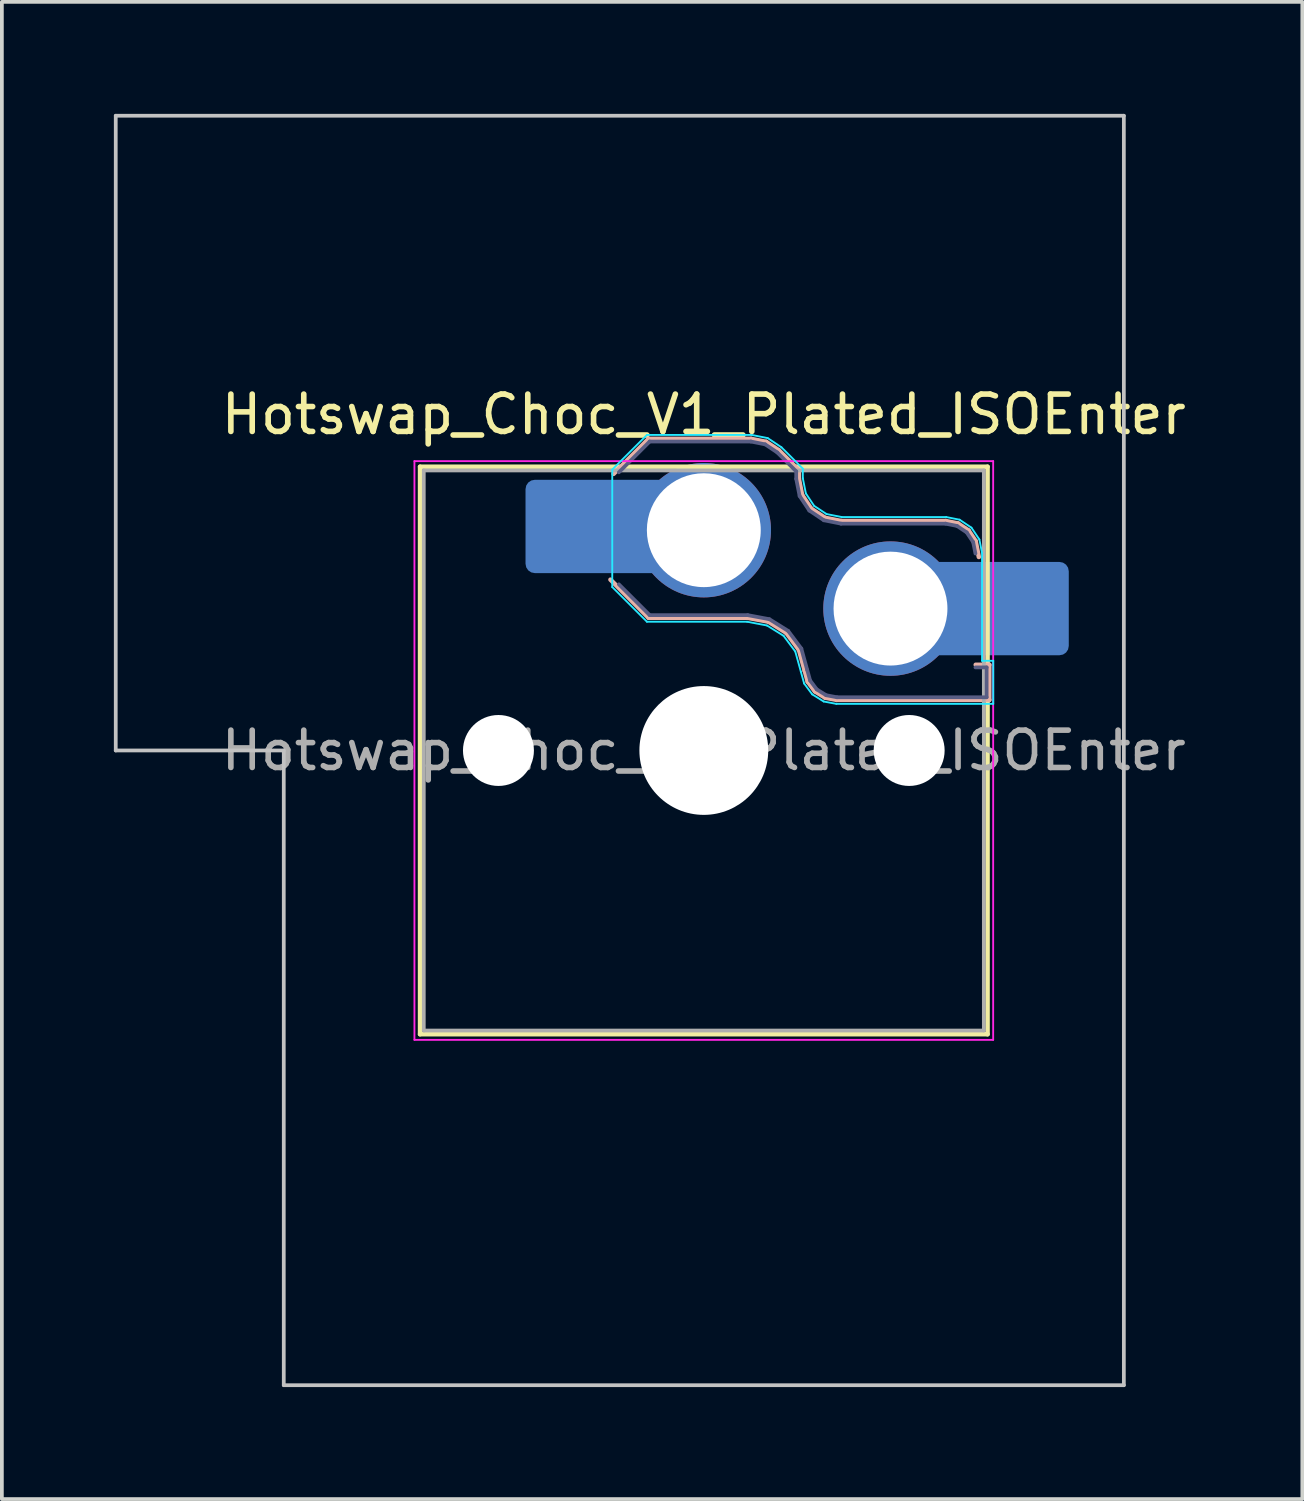
<source format=kicad_pcb>
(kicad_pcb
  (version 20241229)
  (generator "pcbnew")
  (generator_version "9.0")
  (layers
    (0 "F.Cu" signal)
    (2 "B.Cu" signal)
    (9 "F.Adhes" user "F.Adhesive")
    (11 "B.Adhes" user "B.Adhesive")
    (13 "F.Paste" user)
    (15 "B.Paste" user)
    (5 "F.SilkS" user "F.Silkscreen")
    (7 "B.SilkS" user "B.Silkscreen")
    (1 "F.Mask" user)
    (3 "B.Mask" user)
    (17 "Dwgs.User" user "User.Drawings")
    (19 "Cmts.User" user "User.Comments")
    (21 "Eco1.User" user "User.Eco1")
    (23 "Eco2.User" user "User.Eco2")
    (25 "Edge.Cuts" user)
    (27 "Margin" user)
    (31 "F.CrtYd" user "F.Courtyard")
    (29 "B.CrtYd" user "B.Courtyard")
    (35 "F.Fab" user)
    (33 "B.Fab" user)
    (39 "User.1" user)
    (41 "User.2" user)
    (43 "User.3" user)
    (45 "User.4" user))
  (footprint "Hotswap_Choc_V1_Plated_ISOEnter"
    (layer "F.Cu")
    (at 15.8 17.05)
    (property "Reference" "Hotswap_Choc_V1_Plated_ISOEnter" (at 0 -9 0) (layer "F.SilkS") (effects (font (size 1 1) (thickness 0.15))))
    (attr smd allow_soldermask_bridges)
    (fp_line (start -7.6 -7.6) (end -7.6 7.6) (stroke (width 0.12) (type solid)) (layer "F.SilkS"))
    (fp_line (start -7.6 7.6) (end 7.6 7.6) (stroke (width 0.12) (type solid)) (layer "F.SilkS"))
    (fp_line (start 7.6 -7.6) (end -7.6 -7.6) (stroke (width 0.12) (type solid)) (layer "F.SilkS"))
    (fp_line (start 7.6 7.6) (end 7.6 -7.6) (stroke (width 0.12) (type solid)) (layer "F.SilkS"))
    (fp_line (start -2.416 -7.409) (end -1.479 -8.346) (stroke (width 0.12) (type solid)) (layer "B.SilkS"))
    (fp_line (start -1.479 -8.346) (end 1.268 -8.346) (stroke (width 0.12) (type solid)) (layer "B.SilkS"))
    (fp_line (start -1.479 -3.554) (end -2.5 -4.575) (stroke (width 0.12) (type solid)) (layer "B.SilkS"))
    (fp_line (start 1.168 -3.554) (end -1.479 -3.554) (stroke (width 0.12) (type solid)) (layer "B.SilkS"))
    (fp_line (start 1.268 -8.346) (end 1.671 -8.266) (stroke (width 0.12) (type solid)) (layer "B.SilkS"))
    (fp_line (start 1.671 -8.266) (end 2.013 -8.037) (stroke (width 0.12) (type solid)) (layer "B.SilkS"))
    (fp_line (start 1.73 -3.449) (end 1.168 -3.554) (stroke (width 0.12) (type solid)) (layer "B.SilkS"))
    (fp_line (start 2.013 -8.037) (end 2.546 -7.504) (stroke (width 0.12) (type solid)) (layer "B.SilkS"))
    (fp_line (start 2.209 -3.15) (end 1.73 -3.449) (stroke (width 0.12) (type solid)) (layer "B.SilkS"))
    (fp_line (start 2.546 -7.504) (end 2.546 -7.282) (stroke (width 0.12) (type solid)) (layer "B.SilkS"))
    (fp_line (start 2.546 -7.282) (end 2.633 -6.844) (stroke (width 0.12) (type solid)) (layer "B.SilkS"))
    (fp_line (start 2.547 -2.697) (end 2.209 -3.15) (stroke (width 0.12) (type solid)) (layer "B.SilkS"))
    (fp_line (start 2.633 -6.844) (end 2.877 -6.477) (stroke (width 0.12) (type solid)) (layer "B.SilkS"))
    (fp_line (start 2.701 -2.139) (end 2.547 -2.697) (stroke (width 0.12) (type solid)) (layer "B.SilkS"))
    (fp_line (start 2.783 -1.841) (end 2.701 -2.139) (stroke (width 0.12) (type solid)) (layer "B.SilkS"))
    (fp_line (start 2.877 -6.477) (end 3.244 -6.233) (stroke (width 0.12) (type solid)) (layer "B.SilkS"))
    (fp_line (start 2.976 -1.583) (end 2.783 -1.841) (stroke (width 0.12) (type solid)) (layer "B.SilkS"))
    (fp_line (start 3.244 -6.233) (end 3.682 -6.146) (stroke (width 0.12) (type solid)) (layer "B.SilkS"))
    (fp_line (start 3.25 -1.413) (end 2.976 -1.583) (stroke (width 0.12) (type solid)) (layer "B.SilkS"))
    (fp_line (start 3.56 -1.354) (end 3.25 -1.413) (stroke (width 0.12) (type solid)) (layer "B.SilkS"))
    (fp_line (start 3.682 -6.146) (end 6.482 -6.146) (stroke (width 0.12) (type solid)) (layer "B.SilkS"))
    (fp_line (start 6.482 -6.146) (end 6.809 -6.081) (stroke (width 0.12) (type solid)) (layer "B.SilkS"))
    (fp_line (start 6.809 -6.081) (end 7.092 -5.892) (stroke (width 0.12) (type solid)) (layer "B.SilkS"))
    (fp_line (start 7.092 -5.892) (end 7.281 -5.609) (stroke (width 0.12) (type solid)) (layer "B.SilkS"))
    (fp_line (start 7.281 -5.609) (end 7.366 -5.182) (stroke (width 0.12) (type solid)) (layer "B.SilkS"))
    (fp_line (start 7.283 -2.296) (end 7.646 -2.296) (stroke (width 0.12) (type solid)) (layer "B.SilkS"))
    (fp_line (start 7.646 -2.296) (end 7.646 -1.354) (stroke (width 0.12) (type solid)) (layer "B.SilkS"))
    (fp_line (start 7.646 -1.354) (end 3.56 -1.354) (stroke (width 0.12) (type solid)) (layer "B.SilkS"))
    (fp_line (start -15.75 -17) (end -15.75 0) (stroke (width 0.1) (type solid)) (layer "Dwgs.User"))
    (fp_line (start -15.75 0) (end -11.25 0) (stroke (width 0.1) (type solid)) (layer "Dwgs.User"))
    (fp_line (start -11.25 0) (end -11.25 17) (stroke (width 0.1) (type solid)) (layer "Dwgs.User"))
    (fp_line (start -11.25 17) (end 11.25 17) (stroke (width 0.1) (type solid)) (layer "Dwgs.User"))
    (fp_line (start 11.25 -17) (end -15.75 -17) (stroke (width 0.1) (type solid)) (layer "Dwgs.User"))
    (fp_line (start 11.25 17) (end 11.25 -17) (stroke (width 0.1) (type solid)) (layer "Dwgs.User"))
    (fp_line (start -7.25 -7.25) (end -7.25 7.25) (stroke (width 0.1) (type solid)) (layer "Eco1.User"))
    (fp_line (start -7.25 7.25) (end 7.25 7.25) (stroke (width 0.1) (type solid)) (layer "Eco1.User"))
    (fp_line (start 7.25 -7.25) (end -7.25 -7.25) (stroke (width 0.1) (type solid)) (layer "Eco1.User"))
    (fp_line (start 7.25 7.25) (end 7.25 -7.25) (stroke (width 0.1) (type solid)) (layer "Eco1.User"))
    (fp_line (start -2.452 -7.523) (end -1.523 -8.452) (stroke (width 0.05) (type solid)) (layer "B.CrtYd"))
    (fp_line (start -2.452 -4.377) (end -2.452 -7.523) (stroke (width 0.05) (type solid)) (layer "B.CrtYd"))
    (fp_line (start -1.523 -8.452) (end 1.278 -8.452) (stroke (width 0.05) (type solid)) (layer "B.CrtYd"))
    (fp_line (start -1.523 -3.448) (end -2.452 -4.377) (stroke (width 0.05) (type solid)) (layer "B.CrtYd"))
    (fp_line (start 1.159 -3.448) (end -1.523 -3.448) (stroke (width 0.05) (type solid)) (layer "B.CrtYd"))
    (fp_line (start 1.278 -8.452) (end 1.712 -8.366) (stroke (width 0.05) (type solid)) (layer "B.CrtYd"))
    (fp_line (start 1.691 -3.348) (end 1.159 -3.448) (stroke (width 0.05) (type solid)) (layer "B.CrtYd"))
    (fp_line (start 1.712 -8.366) (end 2.081 -8.119) (stroke (width 0.05) (type solid)) (layer "B.CrtYd"))
    (fp_line (start 2.081 -8.119) (end 2.652 -7.548) (stroke (width 0.05) (type solid)) (layer "B.CrtYd"))
    (fp_line (start 2.136 -3.071) (end 1.691 -3.348) (stroke (width 0.05) (type solid)) (layer "B.CrtYd"))
    (fp_line (start 2.45 -2.65) (end 2.136 -3.071) (stroke (width 0.05) (type solid)) (layer "B.CrtYd"))
    (fp_line (start 2.599 -2.111) (end 2.45 -2.65) (stroke (width 0.05) (type solid)) (layer "B.CrtYd"))
    (fp_line (start 2.652 -7.548) (end 2.652 -7.292) (stroke (width 0.05) (type solid)) (layer "B.CrtYd"))
    (fp_line (start 2.652 -7.292) (end 2.733 -6.885) (stroke (width 0.05) (type solid)) (layer "B.CrtYd"))
    (fp_line (start 2.687 -1.794) (end 2.599 -2.111) (stroke (width 0.05) (type solid)) (layer "B.CrtYd"))
    (fp_line (start 2.733 -6.885) (end 2.953 -6.553) (stroke (width 0.05) (type solid)) (layer "B.CrtYd"))
    (fp_line (start 2.903 -1.503) (end 2.687 -1.794) (stroke (width 0.05) (type solid)) (layer "B.CrtYd"))
    (fp_line (start 2.953 -6.553) (end 3.285 -6.333) (stroke (width 0.05) (type solid)) (layer "B.CrtYd"))
    (fp_line (start 3.211 -1.312) (end 2.903 -1.503) (stroke (width 0.05) (type solid)) (layer "B.CrtYd"))
    (fp_line (start 3.285 -6.333) (end 3.692 -6.252) (stroke (width 0.05) (type solid)) (layer "B.CrtYd"))
    (fp_line (start 3.55 -1.248) (end 3.211 -1.312) (stroke (width 0.05) (type solid)) (layer "B.CrtYd"))
    (fp_line (start 3.692 -6.252) (end 6.492 -6.252) (stroke (width 0.05) (type solid)) (layer "B.CrtYd"))
    (fp_line (start 6.492 -6.252) (end 6.85 -6.181) (stroke (width 0.05) (type solid)) (layer "B.CrtYd"))
    (fp_line (start 6.85 -6.181) (end 7.168 -5.968) (stroke (width 0.05) (type solid)) (layer "B.CrtYd"))
    (fp_line (start 7.168 -5.968) (end 7.381 -5.65) (stroke (width 0.05) (type solid)) (layer "B.CrtYd"))
    (fp_line (start 7.381 -5.65) (end 7.452 -5.292) (stroke (width 0.05) (type solid)) (layer "B.CrtYd"))
    (fp_line (start 7.452 -5.292) (end 7.452 -2.402) (stroke (width 0.05) (type solid)) (layer "B.CrtYd"))
    (fp_line (start 7.452 -2.402) (end 7.752 -2.402) (stroke (width 0.05) (type solid)) (layer "B.CrtYd"))
    (fp_line (start 7.752 -2.402) (end 7.752 -1.248) (stroke (width 0.05) (type solid)) (layer "B.CrtYd"))
    (fp_line (start 7.752 -1.248) (end 3.55 -1.248) (stroke (width 0.05) (type solid)) (layer "B.CrtYd"))
    (fp_line (start -7.75 -7.75) (end -7.75 7.75) (stroke (width 0.05) (type solid)) (layer "F.CrtYd"))
    (fp_line (start -7.75 7.75) (end 7.75 7.75) (stroke (width 0.05) (type solid)) (layer "F.CrtYd"))
    (fp_line (start 7.75 -7.75) (end -7.75 -7.75) (stroke (width 0.05) (type solid)) (layer "F.CrtYd"))
    (fp_line (start 7.75 7.75) (end 7.75 -7.75) (stroke (width 0.05) (type solid)) (layer "F.CrtYd"))
    (fp_line (start -2.275 -7.45) (end -1.45 -8.275) (stroke (width 0.1) (type solid)) (layer "B.Fab"))
    (fp_line (start -1.45 -8.275) (end 1.261 -8.275) (stroke (width 0.1) (type solid)) (layer "B.Fab"))
    (fp_line (start -1.45 -3.625) (end -2.275 -4.45) (stroke (width 0.1) (type solid)) (layer "B.Fab"))
    (fp_line (start 1.175 -3.625) (end -1.45 -3.625) (stroke (width 0.1) (type solid)) (layer "B.Fab"))
    (fp_line (start 1.261 -8.275) (end 1.643 -8.199) (stroke (width 0.1) (type solid)) (layer "B.Fab"))
    (fp_line (start 1.643 -8.199) (end 1.968 -7.982) (stroke (width 0.1) (type solid)) (layer "B.Fab"))
    (fp_line (start 1.756 -3.516) (end 1.175 -3.625) (stroke (width 0.1) (type solid)) (layer "B.Fab"))
    (fp_line (start 1.968 -7.982) (end 2.475 -7.475) (stroke (width 0.1) (type solid)) (layer "B.Fab"))
    (fp_line (start 2.258 -3.203) (end 1.756 -3.516) (stroke (width 0.1) (type solid)) (layer "B.Fab"))
    (fp_line (start 2.475 -7.475) (end 2.475 -7.275) (stroke (width 0.1) (type solid)) (layer "B.Fab"))
    (fp_line (start 2.475 -7.275) (end 2.566 -6.816) (stroke (width 0.1) (type solid)) (layer "B.Fab"))
    (fp_line (start 2.566 -6.816) (end 2.826 -6.426) (stroke (width 0.1) (type solid)) (layer "B.Fab"))
    (fp_line (start 2.612 -2.729) (end 2.258 -3.203) (stroke (width 0.1) (type solid)) (layer "B.Fab"))
    (fp_line (start 2.769 -2.158) (end 2.612 -2.729) (stroke (width 0.1) (type solid)) (layer "B.Fab"))
    (fp_line (start 2.826 -6.426) (end 3.216 -6.166) (stroke (width 0.1) (type solid)) (layer "B.Fab"))
    (fp_line (start 2.848 -1.873) (end 2.769 -2.158) (stroke (width 0.1) (type solid)) (layer "B.Fab"))
    (fp_line (start 3.025 -1.636) (end 2.848 -1.873) (stroke (width 0.1) (type solid)) (layer "B.Fab"))
    (fp_line (start 3.216 -6.166) (end 3.675 -6.075) (stroke (width 0.1) (type solid)) (layer "B.Fab"))
    (fp_line (start 3.276 -1.48) (end 3.025 -1.636) (stroke (width 0.1) (type solid)) (layer "B.Fab"))
    (fp_line (start 3.567 -1.425) (end 3.276 -1.48) (stroke (width 0.1) (type solid)) (layer "B.Fab"))
    (fp_line (start 3.675 -6.075) (end 6.475 -6.075) (stroke (width 0.1) (type solid)) (layer "B.Fab"))
    (fp_line (start 6.475 -6.075) (end 6.781 -6.014) (stroke (width 0.1) (type solid)) (layer "B.Fab"))
    (fp_line (start 6.781 -6.014) (end 7.041 -5.841) (stroke (width 0.1) (type solid)) (layer "B.Fab"))
    (fp_line (start 7.041 -5.841) (end 7.214 -5.581) (stroke (width 0.1) (type solid)) (layer "B.Fab"))
    (fp_line (start 7.214 -5.581) (end 7.275 -5.275) (stroke (width 0.1) (type solid)) (layer "B.Fab"))
    (fp_line (start 7.275 -2.225) (end 7.575 -2.225) (stroke (width 0.1) (type solid)) (layer "B.Fab"))
    (fp_line (start 7.575 -2.225) (end 7.575 -1.425) (stroke (width 0.1) (type solid)) (layer "B.Fab"))
    (fp_line (start 7.575 -1.425) (end 3.567 -1.425) (stroke (width 0.1) (type solid)) (layer "B.Fab"))
    (fp_line (start -7.5 -7.5) (end -7.5 7.5) (stroke (width 0.1) (type solid)) (layer "F.Fab"))
    (fp_line (start -7.5 7.5) (end 7.5 7.5) (stroke (width 0.1) (type solid)) (layer "F.Fab"))
    (fp_line (start 7.5 -7.5) (end -7.5 -7.5) (stroke (width 0.1) (type solid)) (layer "F.Fab"))
    (fp_line (start 7.5 7.5) (end 7.5 -7.5) (stroke (width 0.1) (type solid)) (layer "F.Fab"))
    (fp_text user "${REFERENCE}" (at 0 0 0) (layer "F.Fab") (effects (font (size 1 1) (thickness 0.15))))
    (pad "" np_thru_hole circle (at -5.5 0) (size 1.9 1.9) (drill 1.9) (layers "*.Cu" "*.Mask"))
    (pad "" smd roundrect (at -3.5 -6) (size 2.55 2.5) (layers "B.Mask" "B.Paste") (roundrect_rratio 0.1))
    (pad "" np_thru_hole circle (at 0 0) (size 3.45 3.45) (drill 3.45) (layers "*.Cu" "*.Mask"))
    (pad "" np_thru_hole circle (at 5.5 0) (size 1.9 1.9) (drill 1.9) (layers "*.Cu" "*.Mask"))
    (pad "" smd roundrect (at 8.5 -3.8) (size 2.55 2.5) (layers "B.Mask" "B.Paste") (roundrect_rratio 0.1))
    (pad "1" smd roundrect (at -2.85 -6) (size 3.85 2.5) (layers "B.Cu") (roundrect_rratio 0.1))
    (pad "1" thru_hole circle (at 0 -5.9) (size 3.6 3.6) (drill 3.05) (layers "*.Cu" "*.Mask"))
    (pad "2" thru_hole circle (at 5 -3.8) (size 3.6 3.6) (drill 3.05) (layers "*.Cu" "*.Mask"))
    (pad "2" smd roundrect (at 7.85 -3.8) (size 3.85 2.5) (layers "B.Cu") (roundrect_rratio 0.1)))
  (gr_rect
    (start -3 -3)
    (end 31.83 37.1)
    (stroke (width 0.1) (type default))
    (fill no)
    (layer "Edge.Cuts")))
</source>
